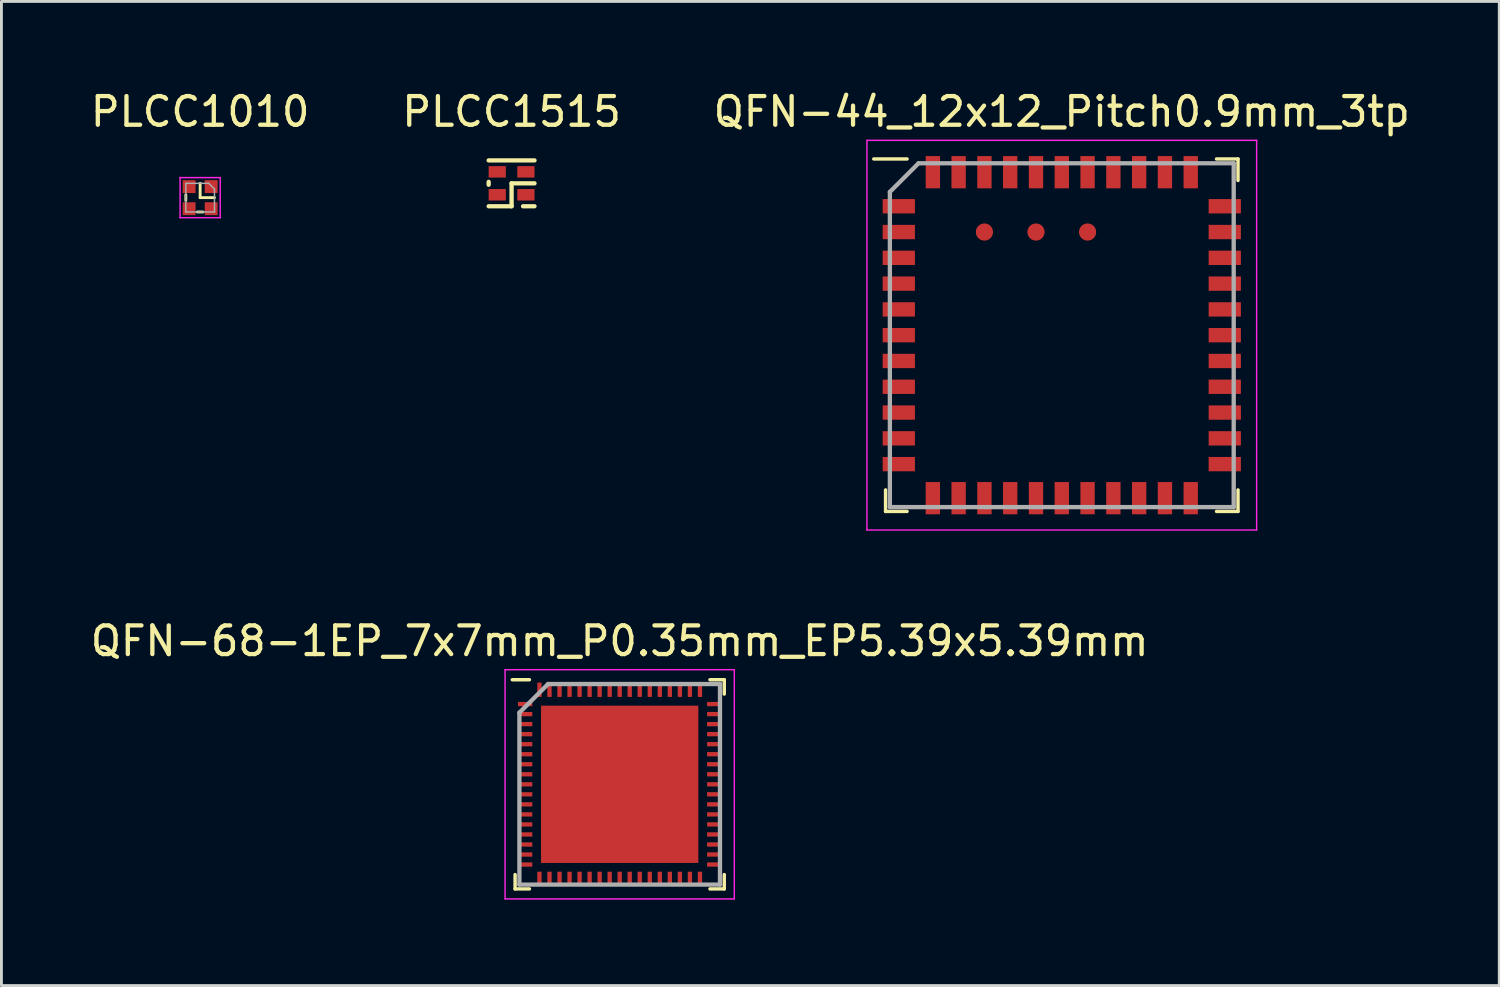
<source format=kicad_pcb>
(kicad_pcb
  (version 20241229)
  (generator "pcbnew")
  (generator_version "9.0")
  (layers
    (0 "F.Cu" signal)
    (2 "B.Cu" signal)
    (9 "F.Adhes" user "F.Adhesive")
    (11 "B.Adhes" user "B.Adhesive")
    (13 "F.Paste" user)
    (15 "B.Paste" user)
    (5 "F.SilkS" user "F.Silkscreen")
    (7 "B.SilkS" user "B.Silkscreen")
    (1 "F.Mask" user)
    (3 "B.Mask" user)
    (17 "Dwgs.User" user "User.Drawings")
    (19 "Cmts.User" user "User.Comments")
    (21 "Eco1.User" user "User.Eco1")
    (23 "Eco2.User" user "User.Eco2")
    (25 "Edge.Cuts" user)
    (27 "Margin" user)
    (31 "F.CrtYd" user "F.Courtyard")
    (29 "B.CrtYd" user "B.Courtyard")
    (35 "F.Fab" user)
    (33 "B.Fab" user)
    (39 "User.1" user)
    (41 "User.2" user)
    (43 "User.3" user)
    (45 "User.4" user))
  (footprint "QFN-44_12x12_Pitch0.9mm_3tp"
    (layer "F.Cu")
    (at 34.006 8.648)
    (property "Reference" "QFN-44_12x12_Pitch0.9mm_3tp" (at 0 -7.8 0) (layer "F.SilkS") (effects (font (size 1 1) (thickness 0.15))))
    (attr smd)
    (fp_line (start -6.15 6.15) (end -6.15 5.4) (stroke (width 0.12) (type solid)) (layer "F.SilkS"))
    (fp_line (start -5.4 -6.15) (end -6.562 -6.15) (stroke (width 0.12) (type solid)) (layer "F.SilkS"))
    (fp_line (start -5.4 6.15) (end -6.15 6.15) (stroke (width 0.12) (type solid)) (layer "F.SilkS"))
    (fp_line (start 5.4 -6.15) (end 6.15 -6.15) (stroke (width 0.12) (type solid)) (layer "F.SilkS"))
    (fp_line (start 5.4 6.15) (end 6.15 6.15) (stroke (width 0.12) (type solid)) (layer "F.SilkS"))
    (fp_line (start 6.15 -6.15) (end 6.15 -5.4) (stroke (width 0.12) (type solid)) (layer "F.SilkS"))
    (fp_line (start 6.15 6.15) (end 6.15 5.4) (stroke (width 0.12) (type solid)) (layer "F.SilkS"))
    (fp_line (start -6.8 -6.8) (end 6.8 -6.8) (stroke (width 0.05) (type solid)) (layer "F.CrtYd"))
    (fp_line (start -6.8 6.8) (end -6.8 -6.8) (stroke (width 0.05) (type solid)) (layer "F.CrtYd"))
    (fp_line (start 6.8 -6.8) (end 6.8 6.8) (stroke (width 0.05) (type solid)) (layer "F.CrtYd"))
    (fp_line (start 6.8 6.8) (end -6.8 6.8) (stroke (width 0.05) (type solid)) (layer "F.CrtYd"))
    (fp_line (start -6 -5) (end -6 6) (stroke (width 0.15) (type solid)) (layer "F.Fab"))
    (fp_line (start -6 6) (end 6 6) (stroke (width 0.15) (type solid)) (layer "F.Fab"))
    (fp_line (start -5 -6) (end -6 -5) (stroke (width 0.15) (type solid)) (layer "F.Fab"))
    (fp_line (start 6 -6) (end -5 -6) (stroke (width 0.15) (type solid)) (layer "F.Fab"))
    (fp_line (start 6 6) (end 6 -6) (stroke (width 0.15) (type solid)) (layer "F.Fab"))
    (pad "1" smd rect (at -5.688 -4.5 90) (size 0.5 1.125) (layers "F.Cu" "F.Mask" "F.Paste"))
    (pad "2" smd rect (at -5.688 -3.6 90) (size 0.5 1.125) (layers "F.Cu" "F.Mask" "F.Paste"))
    (pad "3" smd rect (at -5.688 -2.7 90) (size 0.5 1.125) (layers "F.Cu" "F.Mask" "F.Paste"))
    (pad "4" smd rect (at -5.688 -1.8 90) (size 0.5 1.125) (layers "F.Cu" "F.Mask" "F.Paste"))
    (pad "5" smd rect (at -5.688 -0.9 90) (size 0.5 1.125) (layers "F.Cu" "F.Mask" "F.Paste"))
    (pad "6" smd rect (at -5.688 0 90) (size 0.5 1.125) (layers "F.Cu" "F.Mask" "F.Paste"))
    (pad "7" smd rect (at -5.688 0.9 90) (size 0.5 1.125) (layers "F.Cu" "F.Mask" "F.Paste"))
    (pad "8" smd rect (at -5.688 1.8 90) (size 0.5 1.125) (layers "F.Cu" "F.Mask" "F.Paste"))
    (pad "9" smd rect (at -5.688 2.7 90) (size 0.5 1.125) (layers "F.Cu" "F.Mask" "F.Paste"))
    (pad "10" smd rect (at -5.688 3.6 90) (size 0.5 1.125) (layers "F.Cu" "F.Mask" "F.Paste"))
    (pad "11" smd rect (at -5.688 4.5 90) (size 0.5 1.125) (layers "F.Cu" "F.Mask" "F.Paste"))
    (pad "12" smd rect (at -4.5 5.688) (size 0.5 1.125) (layers "F.Cu" "F.Mask" "F.Paste"))
    (pad "13" smd rect (at -3.6 5.688) (size 0.5 1.125) (layers "F.Cu" "F.Mask" "F.Paste"))
    (pad "14" smd rect (at -2.7 5.688) (size 0.5 1.125) (layers "F.Cu" "F.Mask" "F.Paste"))
    (pad "15" smd rect (at -1.8 5.688) (size 0.5 1.125) (layers "F.Cu" "F.Mask" "F.Paste"))
    (pad "16" smd rect (at -0.9 5.688) (size 0.5 1.125) (layers "F.Cu" "F.Mask" "F.Paste"))
    (pad "17" smd rect (at 0 5.688) (size 0.5 1.125) (layers "F.Cu" "F.Mask" "F.Paste"))
    (pad "18" smd rect (at 0.9 5.688) (size 0.5 1.125) (layers "F.Cu" "F.Mask" "F.Paste"))
    (pad "19" smd rect (at 1.8 5.688) (size 0.5 1.125) (layers "F.Cu" "F.Mask" "F.Paste"))
    (pad "20" smd rect (at 2.7 5.688) (size 0.5 1.125) (layers "F.Cu" "F.Mask" "F.Paste"))
    (pad "21" smd rect (at 3.6 5.688) (size 0.5 1.125) (layers "F.Cu" "F.Mask" "F.Paste"))
    (pad "22" smd rect (at 4.5 5.688) (size 0.5 1.125) (layers "F.Cu" "F.Mask" "F.Paste"))
    (pad "23" smd rect (at 5.688 4.5 90) (size 0.5 1.125) (layers "F.Cu" "F.Mask" "F.Paste"))
    (pad "24" smd rect (at 5.688 3.6 90) (size 0.5 1.125) (layers "F.Cu" "F.Mask" "F.Paste"))
    (pad "25" smd rect (at 5.688 2.7 90) (size 0.5 1.125) (layers "F.Cu" "F.Mask" "F.Paste"))
    (pad "26" smd rect (at 5.688 1.8 90) (size 0.5 1.125) (layers "F.Cu" "F.Mask" "F.Paste"))
    (pad "27" smd rect (at 5.688 0.9 90) (size 0.5 1.125) (layers "F.Cu" "F.Mask" "F.Paste"))
    (pad "28" smd rect (at 5.688 0 90) (size 0.5 1.125) (layers "F.Cu" "F.Mask" "F.Paste"))
    (pad "29" smd rect (at 5.688 -0.9 90) (size 0.5 1.125) (layers "F.Cu" "F.Mask" "F.Paste"))
    (pad "30" smd rect (at 5.688 -1.8 90) (size 0.5 1.125) (layers "F.Cu" "F.Mask" "F.Paste"))
    (pad "31" smd rect (at 5.688 -2.7 90) (size 0.5 1.125) (layers "F.Cu" "F.Mask" "F.Paste"))
    (pad "32" smd rect (at 5.688 -3.6 90) (size 0.5 1.125) (layers "F.Cu" "F.Mask" "F.Paste"))
    (pad "33" smd rect (at 5.688 -4.5 90) (size 0.5 1.125) (layers "F.Cu" "F.Mask" "F.Paste"))
    (pad "34" smd rect (at 4.5 -5.688) (size 0.5 1.125) (layers "F.Cu" "F.Mask" "F.Paste"))
    (pad "35" smd rect (at 3.6 -5.688) (size 0.5 1.125) (layers "F.Cu" "F.Mask" "F.Paste"))
    (pad "36" smd rect (at 2.7 -5.688) (size 0.5 1.125) (layers "F.Cu" "F.Mask" "F.Paste"))
    (pad "37" smd rect (at 1.8 -5.688) (size 0.5 1.125) (layers "F.Cu" "F.Mask" "F.Paste"))
    (pad "38" smd rect (at 0.9 -5.688) (size 0.5 1.125) (layers "F.Cu" "F.Mask" "F.Paste"))
    (pad "39" smd rect (at 0 -5.688) (size 0.5 1.125) (layers "F.Cu" "F.Mask" "F.Paste"))
    (pad "40" smd rect (at -0.9 -5.688) (size 0.5 1.125) (layers "F.Cu" "F.Mask" "F.Paste"))
    (pad "41" smd rect (at -1.8 -5.688) (size 0.5 1.125) (layers "F.Cu" "F.Mask" "F.Paste"))
    (pad "42" smd rect (at -2.7 -5.688) (size 0.5 1.125) (layers "F.Cu" "F.Mask" "F.Paste"))
    (pad "43" smd rect (at -3.6 -5.688) (size 0.5 1.125) (layers "F.Cu" "F.Mask" "F.Paste"))
    (pad "44" smd rect (at -4.5 -5.688) (size 0.5 1.125) (layers "F.Cu" "F.Mask" "F.Paste"))
    (pad "45" smd circle (at -2.7 -3.6) (size 0.6 0.6) (layers "F.Cu" "F.Mask" "F.Paste"))
    (pad "46" smd circle (at -0.9 -3.6) (size 0.6 0.6) (layers "F.Cu" "F.Mask" "F.Paste"))
    (pad "47" smd circle (at 0.9 -3.6) (size 0.6 0.6) (layers "F.Cu" "F.Mask" "F.Paste")))
  (footprint "PLCC1010"
    (layer "F.Cu")
    (at 3.935 3.848)
    (property "Reference" "PLCC1010" (at 0 -3 0) (layer "F.SilkS") (effects (font (size 1 1) (thickness 0.15))))
    (attr through_hole)
    (fp_line (start -0.5 0.1) (end -0.5 -0.1) (stroke (width 0.1) (type solid)) (layer "F.SilkS"))
    (fp_line (start -0.1 0.5) (end 0.1 0.5) (stroke (width 0.1) (type solid)) (layer "F.SilkS"))
    (fp_line (start 0 -0.5) (end 0 0) (stroke (width 0.1) (type solid)) (layer "F.SilkS"))
    (fp_line (start 0 0) (end 0.5 0) (stroke (width 0.1) (type solid)) (layer "F.SilkS"))
    (fp_line (start -0.7 -0.7) (end 0.7 -0.7) (stroke (width 0.05) (type solid)) (layer "F.CrtYd"))
    (fp_line (start -0.7 0.7) (end -0.7 -0.7) (stroke (width 0.05) (type solid)) (layer "F.CrtYd"))
    (fp_line (start 0.7 -0.7) (end 0.7 0.7) (stroke (width 0.05) (type solid)) (layer "F.CrtYd"))
    (fp_line (start 0.7 0.7) (end -0.7 0.7) (stroke (width 0.05) (type solid)) (layer "F.CrtYd"))
    (fp_line (start -0.5 -0.5) (end 0.3 -0.5) (stroke (width 0.05) (type solid)) (layer "F.Fab"))
    (fp_line (start -0.5 0.5) (end -0.5 -0.5) (stroke (width 0.05) (type solid)) (layer "F.Fab"))
    (fp_line (start 0.3 -0.5) (end 0.5 -0.3) (stroke (width 0.05) (type solid)) (layer "F.Fab"))
    (fp_line (start 0.5 -0.3) (end 0.5 0.5) (stroke (width 0.05) (type solid)) (layer "F.Fab"))
    (fp_line (start 0.5 0.5) (end -0.5 0.5) (stroke (width 0.05) (type solid)) (layer "F.Fab"))
    (pad "1" smd rect (at 0.385 -0.385) (size 0.45 0.45) (layers "F.Cu" "F.Mask" "F.Paste"))
    (pad "2" smd rect (at 0.385 0.385) (size 0.45 0.45) (layers "F.Cu" "F.Mask" "F.Paste"))
    (pad "3" smd rect (at -0.385 0.385) (size 0.45 0.45) (layers "F.Cu" "F.Mask" "F.Paste"))
    (pad "4" smd rect (at -0.385 -0.385) (size 0.45 0.45) (layers "F.Cu" "F.Mask" "F.Paste")))
  (footprint "QFN-68-1EP_7x7mm_P0.35mm_EP5.39x5.39mm"
    (layer "F.Cu")
    (at 18.577 24.322)
    (property "Reference" "QFN-68-1EP_7x7mm_P0.35mm_EP5.39x5.39mm" (at 0 -5 0) (layer "F.SilkS") (effects (font (size 1 1) (thickness 0.15))))
    (attr smd)
    (fp_line (start -3.65 3.65) (end -3.65 3.15) (stroke (width 0.12) (type solid)) (layer "F.SilkS"))
    (fp_line (start -3.15 -3.65) (end -3.75 -3.65) (stroke (width 0.12) (type solid)) (layer "F.SilkS"))
    (fp_line (start -3.15 3.65) (end -3.65 3.65) (stroke (width 0.12) (type solid)) (layer "F.SilkS"))
    (fp_line (start 3.15 -3.65) (end 3.65 -3.65) (stroke (width 0.12) (type solid)) (layer "F.SilkS"))
    (fp_line (start 3.15 3.65) (end 3.65 3.65) (stroke (width 0.12) (type solid)) (layer "F.SilkS"))
    (fp_line (start 3.65 -3.65) (end 3.65 -3.15) (stroke (width 0.12) (type solid)) (layer "F.SilkS"))
    (fp_line (start 3.65 3.65) (end 3.65 3.15) (stroke (width 0.12) (type solid)) (layer "F.SilkS"))
    (fp_line (start -4 -4) (end 4 -4) (stroke (width 0.05) (type solid)) (layer "F.CrtYd"))
    (fp_line (start -4 4) (end -4 -4) (stroke (width 0.05) (type solid)) (layer "F.CrtYd"))
    (fp_line (start 4 -4) (end 4 4) (stroke (width 0.05) (type solid)) (layer "F.CrtYd"))
    (fp_line (start 4 4) (end -4 4) (stroke (width 0.05) (type solid)) (layer "F.CrtYd"))
    (fp_line (start -3.5 -2.5) (end -3.5 3.5) (stroke (width 0.15) (type solid)) (layer "F.Fab"))
    (fp_line (start -3.5 3.5) (end 3.5 3.5) (stroke (width 0.15) (type solid)) (layer "F.Fab"))
    (fp_line (start -2.5 -3.5) (end -3.5 -2.5) (stroke (width 0.15) (type solid)) (layer "F.Fab"))
    (fp_line (start 3.5 -3.5) (end -2.5 -3.5) (stroke (width 0.15) (type solid)) (layer "F.Fab"))
    (fp_line (start 3.5 3.5) (end 3.5 -3.5) (stroke (width 0.15) (type solid)) (layer "F.Fab"))
    (pad "1" smd rect (at -3.3 -2.8 90) (size 0.15 0.5) (layers "F.Cu" "F.Mask" "F.Paste"))
    (pad "2" smd rect (at -3.3 -2.45 90) (size 0.15 0.5) (layers "F.Cu" "F.Mask" "F.Paste"))
    (pad "3" smd rect (at -3.3 -2.1 90) (size 0.15 0.5) (layers "F.Cu" "F.Mask" "F.Paste"))
    (pad "4" smd rect (at -3.3 -1.75 90) (size 0.15 0.5) (layers "F.Cu" "F.Mask" "F.Paste"))
    (pad "5" smd rect (at -3.3 -1.4 90) (size 0.15 0.5) (layers "F.Cu" "F.Mask" "F.Paste"))
    (pad "6" smd rect (at -3.3 -1.05 90) (size 0.15 0.5) (layers "F.Cu" "F.Mask" "F.Paste"))
    (pad "7" smd rect (at -3.3 -0.7 90) (size 0.15 0.5) (layers "F.Cu" "F.Mask" "F.Paste"))
    (pad "8" smd rect (at -3.3 -0.35 90) (size 0.15 0.5) (layers "F.Cu" "F.Mask" "F.Paste"))
    (pad "9" smd rect (at -3.3 0 90) (size 0.15 0.5) (layers "F.Cu" "F.Mask" "F.Paste"))
    (pad "10" smd rect (at -3.3 0.35 90) (size 0.15 0.5) (layers "F.Cu" "F.Mask" "F.Paste"))
    (pad "11" smd rect (at -3.3 0.7 90) (size 0.15 0.5) (layers "F.Cu" "F.Mask" "F.Paste"))
    (pad "12" smd rect (at -3.3 1.05 90) (size 0.15 0.5) (layers "F.Cu" "F.Mask" "F.Paste"))
    (pad "13" smd rect (at -3.3 1.4 90) (size 0.15 0.5) (layers "F.Cu" "F.Mask" "F.Paste"))
    (pad "14" smd rect (at -3.3 1.75 90) (size 0.15 0.5) (layers "F.Cu" "F.Mask" "F.Paste"))
    (pad "15" smd rect (at -3.3 2.1 90) (size 0.15 0.5) (layers "F.Cu" "F.Mask" "F.Paste"))
    (pad "16" smd rect (at -3.3 2.45 90) (size 0.15 0.5) (layers "F.Cu" "F.Mask" "F.Paste"))
    (pad "17" smd rect (at -3.3 2.8 90) (size 0.15 0.5) (layers "F.Cu" "F.Mask" "F.Paste"))
    (pad "18" smd rect (at -2.8 3.3) (size 0.15 0.5) (layers "F.Cu" "F.Mask" "F.Paste"))
    (pad "19" smd rect (at -2.45 3.3) (size 0.15 0.5) (layers "F.Cu" "F.Mask" "F.Paste"))
    (pad "20" smd rect (at -2.1 3.3) (size 0.15 0.5) (layers "F.Cu" "F.Mask" "F.Paste"))
    (pad "21" smd rect (at -1.75 3.3) (size 0.15 0.5) (layers "F.Cu" "F.Mask" "F.Paste"))
    (pad "22" smd rect (at -1.4 3.3) (size 0.15 0.5) (layers "F.Cu" "F.Mask" "F.Paste"))
    (pad "23" smd rect (at -1.05 3.3) (size 0.15 0.5) (layers "F.Cu" "F.Mask" "F.Paste"))
    (pad "24" smd rect (at -0.7 3.3) (size 0.15 0.5) (layers "F.Cu" "F.Mask" "F.Paste"))
    (pad "25" smd rect (at -0.35 3.3) (size 0.15 0.5) (layers "F.Cu" "F.Mask" "F.Paste"))
    (pad "26" smd rect (at 0 3.3) (size 0.15 0.5) (layers "F.Cu" "F.Mask" "F.Paste"))
    (pad "27" smd rect (at 0.35 3.3) (size 0.15 0.5) (layers "F.Cu" "F.Mask" "F.Paste"))
    (pad "28" smd rect (at 0.7 3.3) (size 0.15 0.5) (layers "F.Cu" "F.Mask" "F.Paste"))
    (pad "29" smd rect (at 1.05 3.3) (size 0.15 0.5) (layers "F.Cu" "F.Mask" "F.Paste"))
    (pad "30" smd rect (at 1.4 3.3) (size 0.15 0.5) (layers "F.Cu" "F.Mask" "F.Paste"))
    (pad "31" smd rect (at 1.75 3.3) (size 0.15 0.5) (layers "F.Cu" "F.Mask" "F.Paste"))
    (pad "32" smd rect (at 2.1 3.3) (size 0.15 0.5) (layers "F.Cu" "F.Mask" "F.Paste"))
    (pad "33" smd rect (at 2.45 3.3) (size 0.15 0.5) (layers "F.Cu" "F.Mask" "F.Paste"))
    (pad "34" smd rect (at 2.8 3.3) (size 0.15 0.5) (layers "F.Cu" "F.Mask" "F.Paste"))
    (pad "35" smd rect (at 3.3 2.8 90) (size 0.15 0.5) (layers "F.Cu" "F.Mask" "F.Paste"))
    (pad "36" smd rect (at 3.3 2.45 90) (size 0.15 0.5) (layers "F.Cu" "F.Mask" "F.Paste"))
    (pad "37" smd rect (at 3.3 2.1 90) (size 0.15 0.5) (layers "F.Cu" "F.Mask" "F.Paste"))
    (pad "38" smd rect (at 3.3 1.75 90) (size 0.15 0.5) (layers "F.Cu" "F.Mask" "F.Paste"))
    (pad "39" smd rect (at 3.3 1.4 90) (size 0.15 0.5) (layers "F.Cu" "F.Mask" "F.Paste"))
    (pad "40" smd rect (at 3.3 1.05 90) (size 0.15 0.5) (layers "F.Cu" "F.Mask" "F.Paste"))
    (pad "41" smd rect (at 3.3 0.7 90) (size 0.15 0.5) (layers "F.Cu" "F.Mask" "F.Paste"))
    (pad "42" smd rect (at 3.3 0.35 90) (size 0.15 0.5) (layers "F.Cu" "F.Mask" "F.Paste"))
    (pad "43" smd rect (at 3.3 0 90) (size 0.15 0.5) (layers "F.Cu" "F.Mask" "F.Paste"))
    (pad "44" smd rect (at 3.3 -0.35 90) (size 0.15 0.5) (layers "F.Cu" "F.Mask" "F.Paste"))
    (pad "45" smd rect (at 3.3 -0.7 90) (size 0.15 0.5) (layers "F.Cu" "F.Mask" "F.Paste"))
    (pad "46" smd rect (at 3.3 -1.05 90) (size 0.15 0.5) (layers "F.Cu" "F.Mask" "F.Paste"))
    (pad "47" smd rect (at 3.3 -1.4 90) (size 0.15 0.5) (layers "F.Cu" "F.Mask" "F.Paste"))
    (pad "48" smd rect (at 3.3 -1.75 90) (size 0.15 0.5) (layers "F.Cu" "F.Mask" "F.Paste"))
    (pad "49" smd rect (at 3.3 -2.1 90) (size 0.15 0.5) (layers "F.Cu" "F.Mask" "F.Paste"))
    (pad "50" smd rect (at 3.3 -2.45 90) (size 0.15 0.5) (layers "F.Cu" "F.Mask" "F.Paste"))
    (pad "51" smd rect (at 3.3 -2.8 90) (size 0.15 0.5) (layers "F.Cu" "F.Mask" "F.Paste"))
    (pad "52" smd rect (at 2.8 -3.3) (size 0.15 0.5) (layers "F.Cu" "F.Mask" "F.Paste"))
    (pad "53" smd rect (at 2.45 -3.3) (size 0.15 0.5) (layers "F.Cu" "F.Mask" "F.Paste"))
    (pad "54" smd rect (at 2.1 -3.3) (size 0.15 0.5) (layers "F.Cu" "F.Mask" "F.Paste"))
    (pad "55" smd rect (at 1.75 -3.3) (size 0.15 0.5) (layers "F.Cu" "F.Mask" "F.Paste"))
    (pad "56" smd rect (at 1.4 -3.3) (size 0.15 0.5) (layers "F.Cu" "F.Mask" "F.Paste"))
    (pad "57" smd rect (at 1.05 -3.3) (size 0.15 0.5) (layers "F.Cu" "F.Mask" "F.Paste"))
    (pad "58" smd rect (at 0.7 -3.3) (size 0.15 0.5) (layers "F.Cu" "F.Mask" "F.Paste"))
    (pad "59" smd rect (at 0.35 -3.3) (size 0.15 0.5) (layers "F.Cu" "F.Mask" "F.Paste"))
    (pad "60" smd rect (at 0 -3.3) (size 0.15 0.5) (layers "F.Cu" "F.Mask" "F.Paste"))
    (pad "61" smd rect (at -0.35 -3.3) (size 0.15 0.5) (layers "F.Cu" "F.Mask" "F.Paste"))
    (pad "62" smd rect (at -0.7 -3.3) (size 0.15 0.5) (layers "F.Cu" "F.Mask" "F.Paste"))
    (pad "63" smd rect (at -1.05 -3.3) (size 0.15 0.5) (layers "F.Cu" "F.Mask" "F.Paste"))
    (pad "64" smd rect (at -1.4 -3.3) (size 0.15 0.5) (layers "F.Cu" "F.Mask" "F.Paste"))
    (pad "65" smd rect (at -1.75 -3.3) (size 0.15 0.5) (layers "F.Cu" "F.Mask" "F.Paste"))
    (pad "66" smd rect (at -2.1 -3.3) (size 0.15 0.5) (layers "F.Cu" "F.Mask" "F.Paste"))
    (pad "67" smd rect (at -2.45 -3.3) (size 0.15 0.5) (layers "F.Cu" "F.Mask" "F.Paste"))
    (pad "68" smd rect (at -2.8 -3.3) (size 0.15 0.5) (layers "F.Cu" "F.Mask" "F.Paste"))
    (pad "69" smd rect (at 0 0) (size 5.49 5.49) (layers "F.Cu" "F.Mask" "F.Paste")))
  (footprint "PLCC1515"
    (layer "F.Cu")
    (at 14.804 3.348)
    (property "Reference" "PLCC1515" (at 0 -2.5 0) (layer "F.SilkS") (effects (font (size 1 1) (thickness 0.15))))
    (attr through_hole)
    (fp_line (start -0.8 -0.05) (end -0.8 0.05) (stroke (width 0.15) (type solid)) (layer "F.SilkS"))
    (fp_line (start -0.8 0.8) (end 0 0.8) (stroke (width 0.15) (type solid)) (layer "F.SilkS"))
    (fp_line (start 0 0) (end 0.8 0) (stroke (width 0.15) (type solid)) (layer "F.SilkS"))
    (fp_line (start 0 0.8) (end 0 0) (stroke (width 0.15) (type solid)) (layer "F.SilkS"))
    (fp_line (start 0.8 -0.8) (end -0.8 -0.8) (stroke (width 0.15) (type solid)) (layer "F.SilkS"))
    (fp_line (start 0.8 0.8) (end 0.4 0.8) (stroke (width 0.15) (type solid)) (layer "F.SilkS"))
    (pad "1" smd rect (at 0.5 0.4) (size 0.6 0.4) (layers "F.Cu" "F.Mask" "F.Paste"))
    (pad "2" smd rect (at -0.5 0.4) (size 0.6 0.4) (layers "F.Cu" "F.Mask" "F.Paste"))
    (pad "3" smd rect (at -0.5 -0.4) (size 0.6 0.4) (layers "F.Cu" "F.Mask" "F.Paste"))
    (pad "4" smd rect (at 0.5 -0.4) (size 0.6 0.4) (layers "F.Cu" "F.Mask" "F.Paste")))
  (gr_rect
    (start -3 -3)
    (end 49.274 31.346)
    (stroke (width 0.1) (type default))
    (fill no)
    (layer "Edge.Cuts")))
</source>
